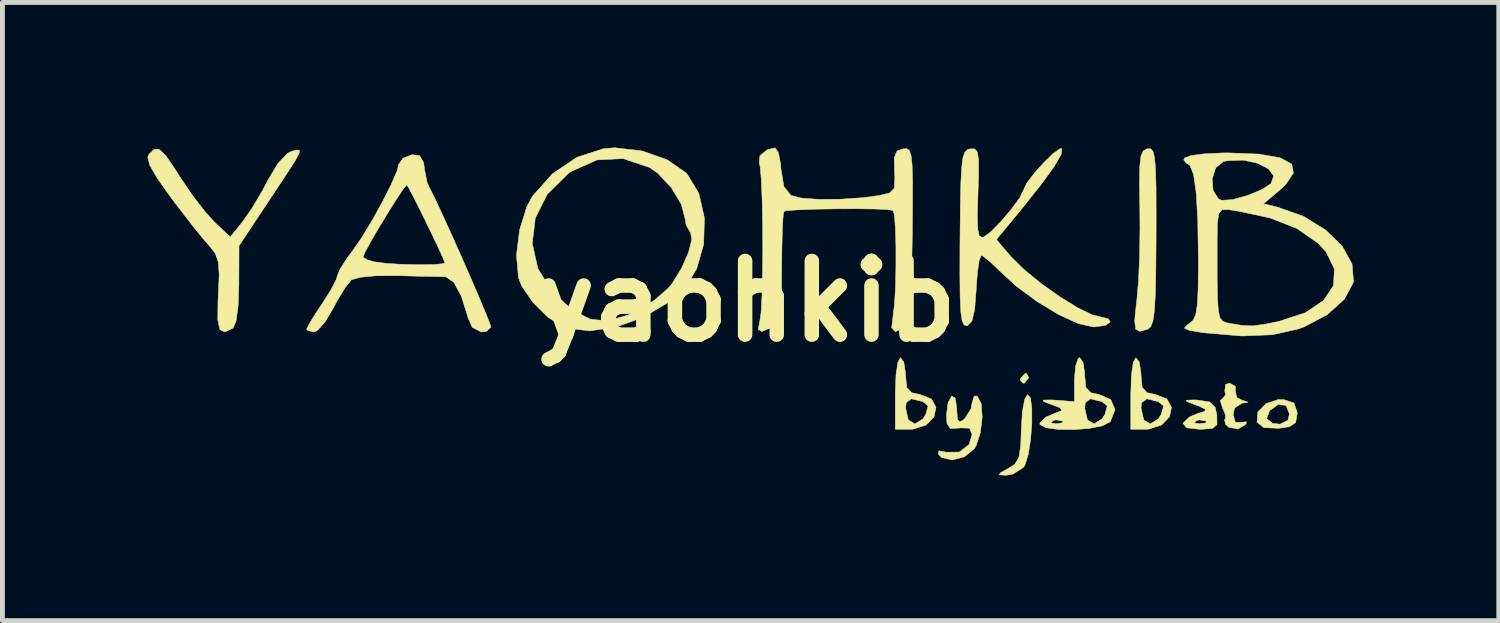
<source format=kicad_pcb>
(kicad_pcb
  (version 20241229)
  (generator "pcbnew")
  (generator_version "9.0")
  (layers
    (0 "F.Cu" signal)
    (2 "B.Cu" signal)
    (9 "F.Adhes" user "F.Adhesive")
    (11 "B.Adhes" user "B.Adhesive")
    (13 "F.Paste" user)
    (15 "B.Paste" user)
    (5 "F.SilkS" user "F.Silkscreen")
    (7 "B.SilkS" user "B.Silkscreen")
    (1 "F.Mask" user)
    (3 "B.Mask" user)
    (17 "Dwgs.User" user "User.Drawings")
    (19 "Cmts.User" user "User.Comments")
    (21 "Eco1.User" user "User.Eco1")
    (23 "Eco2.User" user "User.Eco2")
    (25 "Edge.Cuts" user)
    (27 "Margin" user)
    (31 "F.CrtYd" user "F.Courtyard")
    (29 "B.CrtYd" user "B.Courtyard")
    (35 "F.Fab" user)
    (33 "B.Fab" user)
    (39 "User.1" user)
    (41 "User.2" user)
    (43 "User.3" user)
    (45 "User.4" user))
  (footprint "yaohkib"
    (layer "F.Cu")
    (at 12.392 3.18)
    (property "Reference" "yaohkib" (at 0 0 0) (layer "F.SilkS") (effects (font (size 1.524 1.524) (thickness 0.3))))
    (attr through_hole)
    (fp_poly (pts (xy 5.82 1.564) (xy 5.821 1.587) (xy 5.739 1.689) (xy 5.709 1.693) (xy 5.646 1.628) (xy 5.662 1.587) (xy 5.757 1.487) (xy 5.774 1.482) (xy 5.82 1.564)) (stroke (width 0.01) (type solid)) (fill yes) (layer "F.SilkS"))
    (fp_poly (pts (xy 5.863 1.997) (xy 5.892 2.215) (xy 5.892 2.522) (xy 5.866 2.859) (xy 5.817 3.168) (xy 5.749 3.387) (xy 5.721 3.432) (xy 5.506 3.57) (xy 5.358 3.597) (xy 5.216 3.587) (xy 5.249 3.54) (xy 5.397 3.461) (xy 5.543 3.366) (xy 5.624 3.229) (xy 5.662 2.99) (xy 5.674 2.647) (xy 5.697 2.275) (xy 5.747 2.018) (xy 5.802 1.929) (xy 5.863 1.997)) (stroke (width 0.01) (type solid)) (fill yes) (layer "F.SilkS"))
    (fp_poly (pts (xy 11.099 2.032) (xy 11.311 2.103) (xy 11.376 2.29) (xy 11.377 2.328) (xy 11.346 2.509) (xy 11.214 2.594) (xy 10.994 2.625) (xy 10.691 2.612) (xy 10.551 2.502) (xy 10.548 2.496) (xy 10.554 2.427) (xy 10.746 2.427) (xy 10.873 2.524) (xy 11.024 2.54) (xy 11.188 2.457) (xy 11.218 2.328) (xy 11.149 2.155) (xy 10.988 2.131) (xy 10.809 2.259) (xy 10.746 2.427) (xy 10.554 2.427) (xy 10.565 2.289) (xy 10.731 2.117) (xy 10.985 2.031) (xy 11.099 2.032)) (stroke (width 0.01) (type solid)) (fill yes) (layer "F.SilkS"))
    (fp_poly (pts (xy 10.104 1.761) (xy 10.096 1.843) (xy 10.13 1.99) (xy 10.232 2.042) (xy 10.362 2.083) (xy 10.29 2.101) (xy 10.239 2.104) (xy 10.084 2.204) (xy 10.054 2.34) (xy 10.099 2.501) (xy 10.218 2.5) (xy 10.328 2.492) (xy 10.318 2.541) (xy 10.156 2.639) (xy 9.962 2.605) (xy 9.895 2.54) (xy 9.875 2.441) (xy 9.893 2.434) (xy 9.9 2.357) (xy 9.842 2.223) (xy 9.787 2.049) (xy 9.835 2.011) (xy 9.897 1.933) (xy 9.881 1.852) (xy 9.898 1.716) (xy 9.987 1.693) (xy 10.104 1.761)) (stroke (width 0.01) (type solid)) (fill yes) (layer "F.SilkS"))
    (fp_poly (pts (xy 8.35 -3.153) (xy 8.398 -3.098) (xy 8.43 -2.963) (xy 8.45 -2.719) (xy 8.46 -2.337) (xy 8.462 -1.79) (xy 8.461 -1.34) (xy 8.456 -0.658) (xy 8.446 -0.158) (xy 8.426 0.186) (xy 8.396 0.404) (xy 8.351 0.524) (xy 8.293 0.573) (xy 8.126 0.621) (xy 8.039 0.576) (xy 8.018 0.404) (xy 8.051 0.066) (xy 8.063 -0.026) (xy 8.097 -0.415) (xy 8.12 -0.936) (xy 8.128 -1.513) (xy 8.125 -1.904) (xy 8.117 -2.431) (xy 8.123 -2.784) (xy 8.147 -2.997) (xy 8.194 -3.108) (xy 8.268 -3.152) (xy 8.284 -3.155) (xy 8.35 -3.153)) (stroke (width 0.01) (type solid)) (fill yes) (layer "F.SilkS"))
    (fp_poly (pts (xy 9.313 2.041) (xy 9.569 2.081) (xy 9.684 2.194) (xy 9.717 2.355) (xy 9.72 2.547) (xy 9.631 2.628) (xy 9.392 2.646) (xy 9.364 2.646) (xy 9.091 2.615) (xy 9.019 2.524) (xy 9.021 2.516) (xy 9.023 2.515) (xy 9.253 2.515) (xy 9.357 2.532) (xy 9.495 2.512) (xy 9.496 2.476) (xy 9.355 2.451) (xy 9.293 2.468) (xy 9.253 2.515) (xy 9.023 2.515) (xy 9.147 2.393) (xy 9.321 2.319) (xy 9.467 2.274) (xy 9.479 2.23) (xy 9.333 2.161) (xy 9.102 2.076) (xy 9.086 2.045) (xy 9.243 2.038) (xy 9.313 2.041)) (stroke (width 0.01) (type solid)) (fill yes) (layer "F.SilkS"))
    (fp_poly (pts (xy 3.245 1.257) (xy 3.28 1.485) (xy 3.281 1.528) (xy 3.304 1.779) (xy 3.407 1.89) (xy 3.571 1.924) (xy 3.816 2.019) (xy 3.911 2.192) (xy 3.869 2.389) (xy 3.705 2.558) (xy 3.435 2.643) (xy 3.374 2.646) (xy 3.069 2.646) (xy 3.069 2.205) (xy 3.281 2.205) (xy 3.338 2.454) (xy 3.474 2.535) (xy 3.639 2.431) (xy 3.699 2.339) (xy 3.747 2.163) (xy 3.641 2.074) (xy 3.4 2.016) (xy 3.294 2.095) (xy 3.281 2.205) (xy 3.069 2.205) (xy 3.069 1.905) (xy 3.083 1.525) (xy 3.121 1.262) (xy 3.175 1.164) (xy 3.175 1.164) (xy 3.245 1.257)) (stroke (width 0.01) (type solid)) (fill yes) (layer "F.SilkS"))
    (fp_poly (pts (xy 8.114 1.257) (xy 8.148 1.485) (xy 8.149 1.528) (xy 8.172 1.779) (xy 8.275 1.89) (xy 8.439 1.924) (xy 8.685 2.019) (xy 8.779 2.192) (xy 8.737 2.389) (xy 8.574 2.558) (xy 8.303 2.643) (xy 8.242 2.646) (xy 7.938 2.646) (xy 7.938 2.205) (xy 8.149 2.205) (xy 8.206 2.454) (xy 8.342 2.535) (xy 8.507 2.431) (xy 8.567 2.339) (xy 8.616 2.163) (xy 8.509 2.074) (xy 8.268 2.016) (xy 8.163 2.095) (xy 8.149 2.205) (xy 7.938 2.205) (xy 7.938 1.905) (xy 7.951 1.525) (xy 7.989 1.262) (xy 8.043 1.164) (xy 8.043 1.164) (xy 8.114 1.257)) (stroke (width 0.01) (type solid)) (fill yes) (layer "F.SilkS"))
    (fp_poly (pts (xy 4.845 2.116) (xy 4.865 2.393) (xy 4.829 2.709) (xy 4.741 2.982) (xy 4.704 3.046) (xy 4.499 3.214) (xy 4.244 3.28) (xy 4.025 3.228) (xy 3.962 3.164) (xy 3.97 3.092) (xy 4.119 3.119) (xy 4.392 3.117) (xy 4.594 2.962) (xy 4.657 2.753) (xy 4.604 2.623) (xy 4.415 2.616) (xy 4.392 2.62) (xy 4.207 2.63) (xy 4.137 2.524) (xy 4.128 2.347) (xy 4.159 2.098) (xy 4.233 1.958) (xy 4.308 2) (xy 4.339 2.209) (xy 4.339 2.229) (xy 4.353 2.448) (xy 4.413 2.491) (xy 4.498 2.434) (xy 4.634 2.222) (xy 4.657 2.097) (xy 4.7 1.959) (xy 4.763 1.958) (xy 4.845 2.116)) (stroke (width 0.01) (type solid)) (fill yes) (layer "F.SilkS"))
    (fp_poly (pts (xy -12.145 -3.14) (xy -12.01 -3.007) (xy -11.815 -2.721) (xy -11.718 -2.566) (xy -11.466 -2.193) (xy -11.196 -1.845) (xy -11.012 -1.643) (xy -10.682 -1.329) (xy -10.428 -1.643) (xy -10.232 -1.924) (xy -10.014 -2.292) (xy -9.905 -2.5) (xy -9.701 -2.843) (xy -9.5 -3.058) (xy -9.416 -3.101) (xy -9.309 -3.128) (xy -9.252 -3.124) (xy -9.256 -3.063) (xy -9.335 -2.916) (xy -9.5 -2.656) (xy -9.765 -2.256) (xy -9.88 -2.083) (xy -10.5 -1.15) (xy -10.503 -0.337) (xy -10.519 0.094) (xy -10.561 0.406) (xy -10.623 0.553) (xy -10.624 0.554) (xy -10.794 0.634) (xy -10.895 0.586) (xy -10.939 0.383) (xy -10.935 0.003) (xy -10.928 -0.132) (xy -10.91 -0.547) (xy -10.928 -0.813) (xy -10.99 -0.99) (xy -11.104 -1.135) (xy -11.269 -1.327) (xy -11.515 -1.634) (xy -11.798 -2.001) (xy -11.901 -2.138) (xy -12.187 -2.539) (xy -12.344 -2.811) (xy -12.387 -2.978) (xy -12.363 -3.04) (xy -12.252 -3.143) (xy -12.145 -3.14)) (stroke (width 0.01) (type solid)) (fill yes) (layer "F.SilkS"))
    (fp_poly (pts (xy 6.95 1.257) (xy 6.984 1.485) (xy 6.985 1.528) (xy 7.008 1.779) (xy 7.111 1.89) (xy 7.275 1.924) (xy 7.523 2.031) (xy 7.612 2.238) (xy 7.516 2.484) (xy 7.51 2.492) (xy 7.354 2.573) (xy 7.084 2.627) (xy 6.76 2.652) (xy 6.441 2.648) (xy 6.188 2.615) (xy 6.061 2.549) (xy 6.058 2.516) (xy 6.06 2.515) (xy 6.29 2.515) (xy 6.394 2.532) (xy 6.531 2.512) (xy 6.533 2.476) (xy 6.391 2.451) (xy 6.33 2.468) (xy 6.29 2.515) (xy 6.06 2.515) (xy 6.184 2.393) (xy 6.358 2.319) (xy 6.516 2.257) (xy 6.478 2.205) (xy 6.985 2.205) (xy 7.042 2.454) (xy 7.178 2.535) (xy 7.343 2.431) (xy 7.403 2.339) (xy 7.451 2.163) (xy 7.345 2.074) (xy 7.104 2.016) (xy 6.998 2.095) (xy 6.985 2.205) (xy 6.478 2.205) (xy 6.474 2.2) (xy 6.456 2.193) (xy 6.206 2.099) (xy 6.138 2.073) (xy 6.126 2.042) (xy 6.286 2.038) (xy 6.376 2.043) (xy 6.773 2.074) (xy 6.773 1.619) (xy 6.795 1.343) (xy 6.851 1.181) (xy 6.879 1.164) (xy 6.95 1.257)) (stroke (width 0.01) (type solid)) (fill yes) (layer "F.SilkS"))
    (fp_poly (pts (xy -2.163 -3.109) (xy -1.649 -2.927) (xy -1.259 -2.657) (xy -1.237 -2.635) (xy -0.993 -2.231) (xy -0.878 -1.725) (xy -0.893 -1.184) (xy -1.038 -0.673) (xy -1.234 -0.347) (xy -1.64 0.032) (xy -2.148 0.331) (xy -2.704 0.531) (xy -3.248 0.611) (xy -3.725 0.553) (xy -3.81 0.522) (xy -4.124 0.32) (xy -4.43 0.013) (xy -4.657 -0.321) (xy -4.722 -0.488) (xy -4.763 -0.951) (xy -4.733 -1.198) (xy -4.438 -1.198) (xy -4.321 -0.676) (xy -4.023 -0.192) (xy -3.599 0.185) (xy -3.236 0.371) (xy -2.877 0.404) (xy -2.46 0.285) (xy -2.246 0.186) (xy -1.91 -0.024) (xy -1.623 -0.274) (xy -1.543 -0.37) (xy -1.347 -0.691) (xy -1.206 -1.012) (xy -1.138 -1.277) (xy -1.165 -1.428) (xy -1.174 -1.435) (xy -1.258 -1.58) (xy -1.27 -1.675) (xy -1.352 -1.999) (xy -1.562 -2.351) (xy -1.846 -2.653) (xy -2.017 -2.77) (xy -2.558 -2.951) (xy -3.101 -2.923) (xy -3.628 -2.687) (xy -3.696 -2.639) (xy -4.127 -2.215) (xy -4.374 -1.723) (xy -4.438 -1.198) (xy -4.733 -1.198) (xy -4.699 -1.478) (xy -4.547 -1.962) (xy -4.434 -2.171) (xy -4.018 -2.639) (xy -3.51 -2.979) (xy -2.963 -3.156) (xy -2.73 -3.175) (xy -2.163 -3.109)) (stroke (width 0.01) (type solid)) (fill yes) (layer "F.SilkS"))
    (fp_poly (pts (xy 6.51 -3.155) (xy 6.499 -3.038) (xy 6.355 -2.789) (xy 6.073 -2.402) (xy 5.649 -1.871) (xy 5.571 -1.776) (xy 5.159 -1.277) (xy 5.463 -0.921) (xy 5.729 -0.658) (xy 6.08 -0.371) (xy 6.467 -0.096) (xy 6.838 0.133) (xy 7.142 0.281) (xy 7.293 0.318) (xy 7.47 0.36) (xy 7.514 0.423) (xy 7.421 0.495) (xy 7.195 0.529) (xy 7.16 0.529) (xy 6.853 0.46) (xy 6.449 0.275) (xy 6.004 0.007) (xy 5.571 -0.313) (xy 5.239 -0.617) (xy 5.028 -0.82) (xy 4.877 -0.938) (xy 4.847 -0.95) (xy 4.805 -0.854) (xy 4.767 -0.602) (xy 4.741 -0.246) (xy 4.741 -0.239) (xy 4.709 0.172) (xy 4.654 0.407) (xy 4.565 0.501) (xy 4.551 0.504) (xy 4.493 0.49) (xy 4.451 0.405) (xy 4.424 0.22) (xy 4.409 -0.091) (xy 4.404 -0.555) (xy 4.406 -1.2) (xy 4.407 -1.294) (xy 4.414 -1.958) (xy 4.424 -2.44) (xy 4.442 -2.769) (xy 4.469 -2.976) (xy 4.511 -3.09) (xy 4.57 -3.14) (xy 4.618 -3.152) (xy 4.711 -3.151) (xy 4.766 -3.085) (xy 4.791 -2.916) (xy 4.791 -2.606) (xy 4.778 -2.226) (xy 4.765 -1.77) (xy 4.773 -1.49) (xy 4.805 -1.352) (xy 4.866 -1.32) (xy 4.898 -1.329) (xy 5.047 -1.44) (xy 5.256 -1.654) (xy 5.472 -1.908) (xy 5.643 -2.142) (xy 5.716 -2.292) (xy 5.717 -2.296) (xy 5.781 -2.434) (xy 5.938 -2.643) (xy 6.139 -2.868) (xy 6.334 -3.057) (xy 6.475 -3.156) (xy 6.51 -3.155)) (stroke (width 0.01) (type solid)) (fill yes) (layer "F.SilkS"))
    (fp_poly (pts (xy 0.651 -3.079) (xy 0.697 -2.843) (xy 0.705 -2.734) (xy 0.765 -2.374) (xy 0.912 -2.188) (xy 1.128 -2.134) (xy 1.49 -2.108) (xy 1.933 -2.111) (xy 2.393 -2.142) (xy 2.732 -2.187) (xy 2.954 -2.241) (xy 3.048 -2.341) (xy 3.06 -2.558) (xy 3.052 -2.685) (xy 3.047 -2.97) (xy 3.104 -3.107) (xy 3.23 -3.152) (xy 3.306 -3.155) (xy 3.36 -3.117) (xy 3.396 -3.011) (xy 3.417 -2.807) (xy 3.426 -2.477) (xy 3.426 -1.991) (xy 3.42 -1.364) (xy 3.408 -0.651) (xy 3.388 -0.127) (xy 3.358 0.231) (xy 3.318 0.447) (xy 3.263 0.542) (xy 3.261 0.544) (xy 3.069 0.627) (xy 2.994 0.545) (xy 3.024 0.291) (xy 3.053 0.058) (xy 3.073 -0.294) (xy 3.082 -0.711) (xy 3.082 -1.134) (xy 3.071 -1.508) (xy 3.051 -1.776) (xy 3.025 -1.879) (xy 2.906 -1.898) (xy 2.63 -1.909) (xy 2.253 -1.914) (xy 1.829 -1.912) (xy 1.414 -1.905) (xy 1.063 -1.892) (xy 0.829 -1.875) (xy 0.766 -1.86) (xy 0.748 -1.742) (xy 0.733 -1.458) (xy 0.723 -1.055) (xy 0.72 -0.694) (xy 0.716 -0.185) (xy 0.699 0.152) (xy 0.662 0.359) (xy 0.601 0.475) (xy 0.526 0.531) (xy 0.309 0.624) (xy 0.235 0.579) (xy 0.267 0.416) (xy 0.294 0.227) (xy 0.313 -0.117) (xy 0.324 -0.567) (xy 0.329 -1.078) (xy 0.326 -1.601) (xy 0.316 -2.089) (xy 0.3 -2.497) (xy 0.276 -2.776) (xy 0.254 -2.874) (xy 0.27 -3.01) (xy 0.416 -3.131) (xy 0.582 -3.173) (xy 0.651 -3.079)) (stroke (width 0.01) (type solid)) (fill yes) (layer "F.SilkS"))
    (fp_poly (pts (xy -6.764 -3.01) (xy -6.683 -2.867) (xy -6.668 -2.744) (xy -6.615 -2.471) (xy -6.565 -2.353) (xy -6.46 -2.147) (xy -6.303 -1.812) (xy -6.112 -1.393) (xy -5.906 -0.931) (xy -5.703 -0.469) (xy -5.522 -0.049) (xy -5.383 0.285) (xy -5.303 0.492) (xy -5.292 0.535) (xy -5.38 0.618) (xy -5.492 0.635) (xy -5.678 0.538) (xy -5.762 0.344) (xy -5.902 -0.103) (xy -6.062 -0.396) (xy -6.227 -0.509) (xy -6.24 -0.509) (xy -6.42 -0.511) (xy -6.746 -0.518) (xy -7.153 -0.529) (xy -7.223 -0.531) (xy -7.655 -0.529) (xy -7.991 -0.498) (xy -8.176 -0.445) (xy -8.181 -0.441) (xy -8.307 -0.283) (xy -8.472 -0.01) (xy -8.559 0.154) (xy -8.724 0.43) (xy -8.881 0.604) (xy -8.95 0.635) (xy -9.087 0.601) (xy -9.102 0.575) (xy -9.046 0.461) (xy -8.905 0.233) (xy -8.784 0.053) (xy -8.604 -0.23) (xy -8.489 -0.451) (xy -8.467 -0.528) (xy -8.405 -0.677) (xy -8.25 -0.915) (xy -7.938 -0.915) (xy -7.848 -0.856) (xy -7.699 -0.816) (xy -7.447 -0.784) (xy -7.116 -0.764) (xy -6.768 -0.756) (xy -6.468 -0.76) (xy -6.278 -0.779) (xy -6.244 -0.797) (xy -6.288 -0.908) (xy -6.399 -1.152) (xy -6.553 -1.473) (xy -6.72 -1.815) (xy -6.874 -2.122) (xy -6.987 -2.339) (xy -7.03 -2.408) (xy -7.092 -2.34) (xy -7.228 -2.138) (xy -7.407 -1.854) (xy -7.599 -1.539) (xy -7.772 -1.243) (xy -7.895 -1.017) (xy -7.938 -0.915) (xy -8.25 -0.915) (xy -8.25 -0.915) (xy -8.157 -1.038) (xy -7.97 -1.307) (xy -7.754 -1.662) (xy -7.54 -2.048) (xy -7.356 -2.411) (xy -7.232 -2.696) (xy -7.197 -2.833) (xy -7.11 -2.959) (xy -6.925 -3.031) (xy -6.764 -3.01)) (stroke (width 0.01) (type solid)) (fill yes) (layer "F.SilkS"))
    (fp_poly (pts (xy 10.59 -3.044) (xy 11.028 -2.967) (xy 11.265 -2.837) (xy 11.301 -2.653) (xy 11.139 -2.414) (xy 11.002 -2.288) (xy 10.68 -2.017) (xy 10.976 -1.946) (xy 11.51 -1.756) (xy 11.965 -1.475) (xy 12.31 -1.137) (xy 12.513 -0.772) (xy 12.542 -0.413) (xy 12.535 -0.383) (xy 12.351 -0.041) (xy 12 0.275) (xy 11.529 0.525) (xy 11.4 0.572) (xy 10.867 0.691) (xy 10.237 0.717) (xy 9.464 0.651) (xy 9.419 0.646) (xy 9.141 0.6) (xy 9.047 0.553) (xy 9.106 0.486) (xy 9.141 0.465) (xy 9.225 0.395) (xy 9.281 0.276) (xy 9.314 0.072) (xy 9.33 -0.256) (xy 9.334 -0.746) (xy 9.334 -0.94) (xy 9.329 -1.258) (xy 9.723 -1.258) (xy 9.723 -1.005) (xy 9.724 -0.436) (xy 9.731 -0.044) (xy 9.749 0.206) (xy 9.784 0.348) (xy 9.843 0.416) (xy 9.932 0.446) (xy 9.975 0.454) (xy 10.248 0.5) (xy 10.467 0.507) (xy 10.726 0.471) (xy 11.005 0.414) (xy 11.546 0.236) (xy 11.924 -0.018) (xy 12.129 -0.327) (xy 12.148 -0.67) (xy 11.973 -1.026) (xy 11.808 -1.203) (xy 11.375 -1.505) (xy 10.817 -1.724) (xy 10.172 -1.862) (xy 9.956 -1.897) (xy 9.824 -1.893) (xy 9.754 -1.81) (xy 9.727 -1.611) (xy 9.723 -1.258) (xy 9.329 -1.258) (xy 9.322 -1.69) (xy 9.29 -2.242) (xy 9.25 -2.531) (xy 9.621 -2.531) (xy 9.64 -2.288) (xy 9.752 -2.117) (xy 9.816 -2.089) (xy 10.038 -2.102) (xy 10.348 -2.187) (xy 10.649 -2.311) (xy 10.836 -2.433) (xy 10.893 -2.59) (xy 10.786 -2.738) (xy 10.561 -2.855) (xy 10.263 -2.919) (xy 9.939 -2.909) (xy 9.85 -2.89) (xy 9.692 -2.76) (xy 9.621 -2.531) (xy 9.25 -2.531) (xy 9.238 -2.612) (xy 9.163 -2.811) (xy 9.087 -2.857) (xy 9.032 -2.923) (xy 9.049 -2.963) (xy 9.179 -3.013) (xy 9.464 -3.05) (xy 9.85 -3.068) (xy 9.948 -3.069) (xy 10.59 -3.044)) (stroke (width 0.01) (type solid)) (fill yes) (layer "F.SilkS")))
  (gr_rect
    (start -3 -3)
    (end 27.938 9.782)
    (stroke (width 0.1) (type default))
    (fill no)
    (layer "Edge.Cuts")))
</source>
